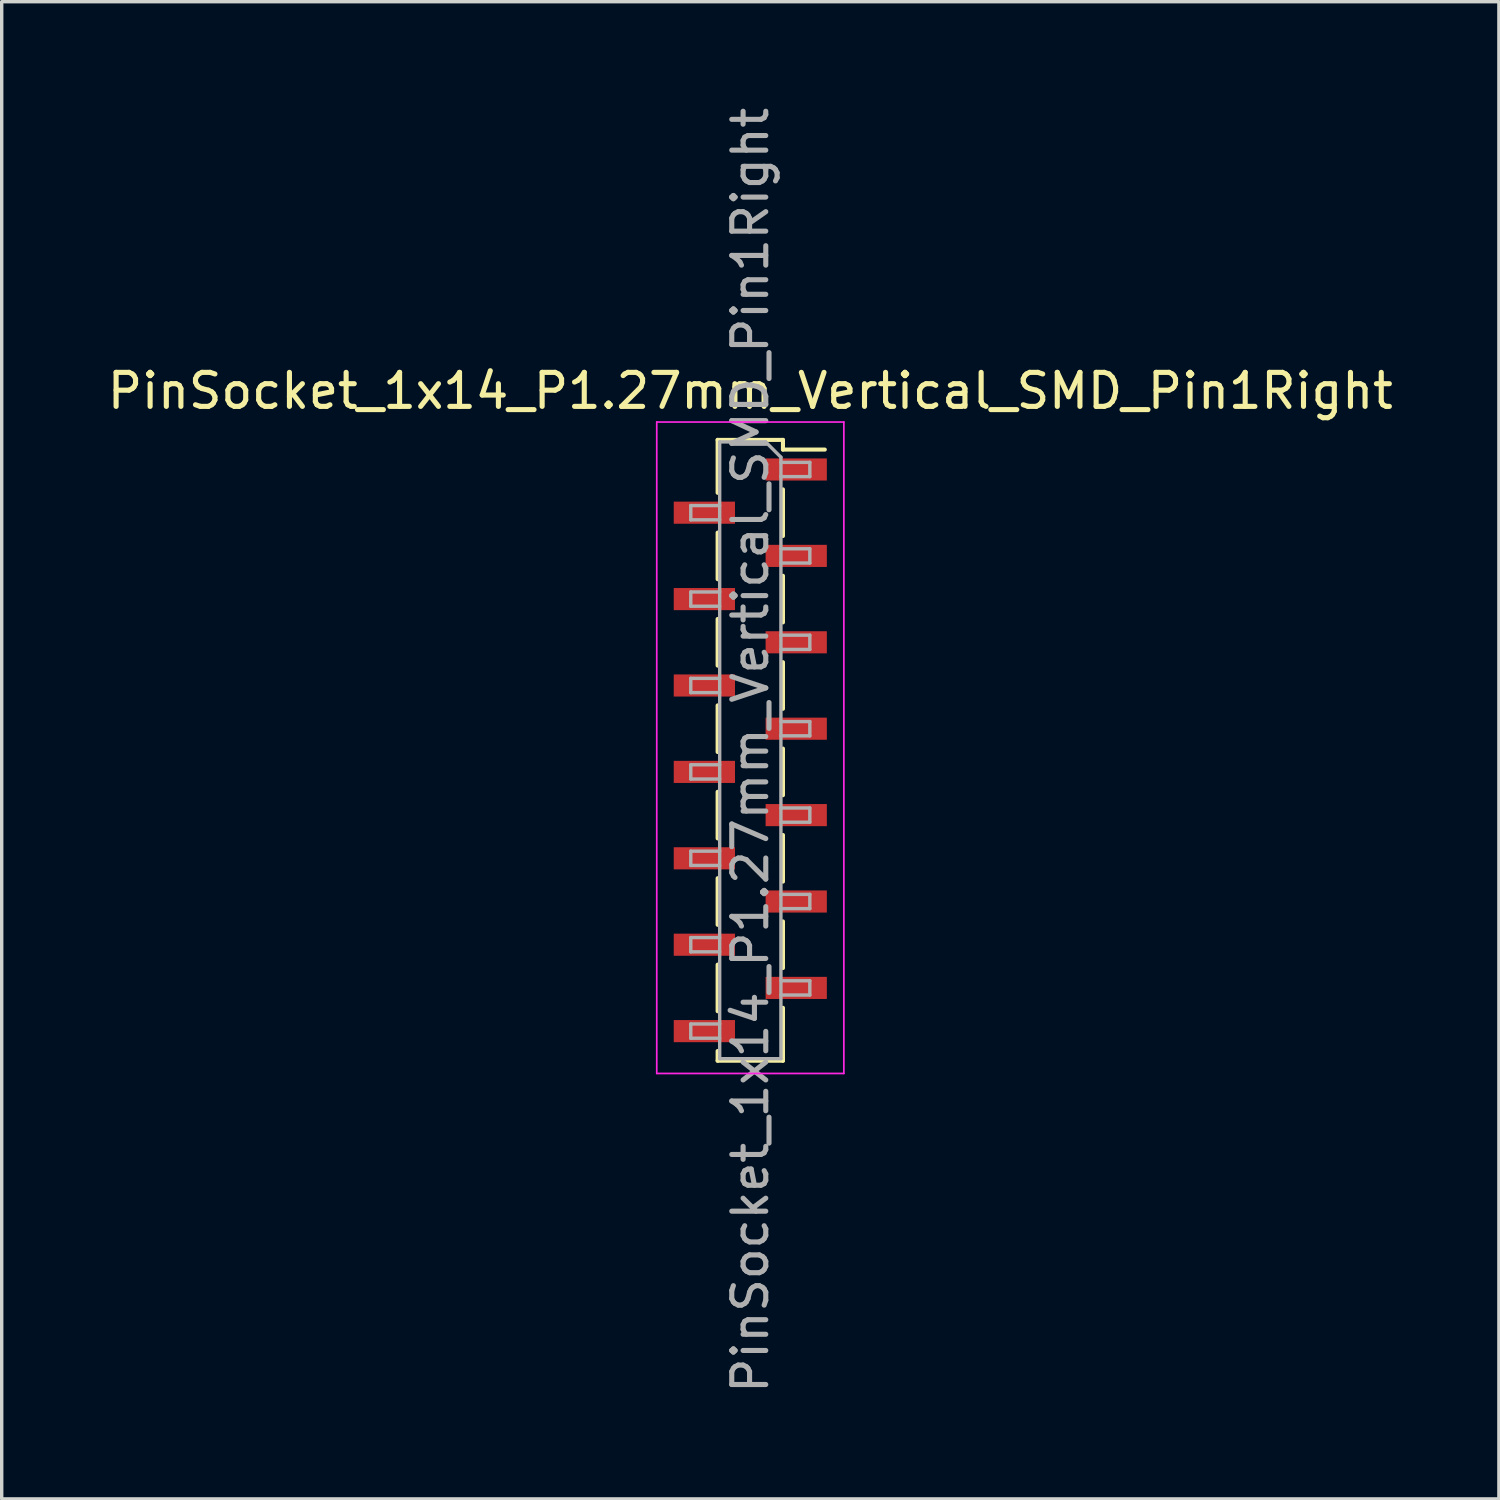
<source format=kicad_pcb>
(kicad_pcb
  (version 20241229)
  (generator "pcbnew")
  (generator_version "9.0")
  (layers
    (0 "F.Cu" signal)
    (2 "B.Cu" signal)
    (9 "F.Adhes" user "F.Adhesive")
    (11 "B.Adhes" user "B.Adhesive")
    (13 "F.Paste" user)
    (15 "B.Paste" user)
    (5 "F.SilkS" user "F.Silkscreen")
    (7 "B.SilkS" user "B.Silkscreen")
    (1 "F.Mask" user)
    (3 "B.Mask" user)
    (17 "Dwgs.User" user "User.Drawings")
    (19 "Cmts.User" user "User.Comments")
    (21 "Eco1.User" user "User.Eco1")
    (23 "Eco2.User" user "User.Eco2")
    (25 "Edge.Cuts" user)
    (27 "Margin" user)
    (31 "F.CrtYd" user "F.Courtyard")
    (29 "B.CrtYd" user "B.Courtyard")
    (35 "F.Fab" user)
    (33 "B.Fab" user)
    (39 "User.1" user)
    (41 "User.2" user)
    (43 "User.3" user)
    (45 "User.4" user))
  (footprint "PinSocket_1x14_P1.27mm_Vertical_SMD_Pin1Right"
    (layer "F.Cu")
    (at 19.006 19.006)
    (property "Reference" "PinSocket_1x14_P1.27mm_Vertical_SMD_Pin1Right" (at 0 -10.565 0) (layer "F.SilkS") (effects (font (size 1 1) (thickness 0.15))))
    (attr smd)
    (fp_line (start -0.96 -9.125) (end -0.96 -7.57) (stroke (width 0.12) (type solid)) (layer "F.SilkS"))
    (fp_line (start -0.96 -9.125) (end 0.96 -9.125) (stroke (width 0.12) (type solid)) (layer "F.SilkS"))
    (fp_line (start -0.96 -6.4) (end -0.96 -5.03) (stroke (width 0.12) (type solid)) (layer "F.SilkS"))
    (fp_line (start -0.96 -3.86) (end -0.96 -2.49) (stroke (width 0.12) (type solid)) (layer "F.SilkS"))
    (fp_line (start -0.96 -1.32) (end -0.96 0.05) (stroke (width 0.12) (type solid)) (layer "F.SilkS"))
    (fp_line (start -0.96 1.22) (end -0.96 2.59) (stroke (width 0.12) (type solid)) (layer "F.SilkS"))
    (fp_line (start -0.96 3.76) (end -0.96 5.13) (stroke (width 0.12) (type solid)) (layer "F.SilkS"))
    (fp_line (start -0.96 6.3) (end -0.96 7.67) (stroke (width 0.12) (type solid)) (layer "F.SilkS"))
    (fp_line (start -0.96 8.84) (end -0.96 9.125) (stroke (width 0.12) (type solid)) (layer "F.SilkS"))
    (fp_line (start -0.96 9.125) (end 0.96 9.125) (stroke (width 0.12) (type solid)) (layer "F.SilkS"))
    (fp_line (start 0.96 -9.125) (end 0.96 -8.84) (stroke (width 0.12) (type solid)) (layer "F.SilkS"))
    (fp_line (start 0.96 -8.84) (end 2.19 -8.84) (stroke (width 0.12) (type solid)) (layer "F.SilkS"))
    (fp_line (start 0.96 -7.67) (end 0.96 -6.3) (stroke (width 0.12) (type solid)) (layer "F.SilkS"))
    (fp_line (start 0.96 -5.13) (end 0.96 -3.76) (stroke (width 0.12) (type solid)) (layer "F.SilkS"))
    (fp_line (start 0.96 -2.59) (end 0.96 -1.22) (stroke (width 0.12) (type solid)) (layer "F.SilkS"))
    (fp_line (start 0.96 -0.05) (end 0.96 1.32) (stroke (width 0.12) (type solid)) (layer "F.SilkS"))
    (fp_line (start 0.96 2.49) (end 0.96 3.86) (stroke (width 0.12) (type solid)) (layer "F.SilkS"))
    (fp_line (start 0.96 5.03) (end 0.96 6.4) (stroke (width 0.12) (type solid)) (layer "F.SilkS"))
    (fp_line (start 0.96 7.57) (end 0.96 9.125) (stroke (width 0.12) (type solid)) (layer "F.SilkS"))
    (fp_line (start -2.75 -9.65) (end 2.75 -9.65) (stroke (width 0.05) (type solid)) (layer "F.CrtYd"))
    (fp_line (start -2.75 9.5) (end -2.75 -9.65) (stroke (width 0.05) (type solid)) (layer "F.CrtYd"))
    (fp_line (start 2.75 -9.65) (end 2.75 9.5) (stroke (width 0.05) (type solid)) (layer "F.CrtYd"))
    (fp_line (start 2.75 9.5) (end -2.75 9.5) (stroke (width 0.05) (type solid)) (layer "F.CrtYd"))
    (fp_line (start -1.75 -7.195) (end -0.9 -7.195) (stroke (width 0.1) (type solid)) (layer "F.Fab"))
    (fp_line (start -1.75 -6.775) (end -1.75 -7.195) (stroke (width 0.1) (type solid)) (layer "F.Fab"))
    (fp_line (start -1.75 -4.655) (end -0.9 -4.655) (stroke (width 0.1) (type solid)) (layer "F.Fab"))
    (fp_line (start -1.75 -4.235) (end -1.75 -4.655) (stroke (width 0.1) (type solid)) (layer "F.Fab"))
    (fp_line (start -1.75 -2.115) (end -0.9 -2.115) (stroke (width 0.1) (type solid)) (layer "F.Fab"))
    (fp_line (start -1.75 -1.695) (end -1.75 -2.115) (stroke (width 0.1) (type solid)) (layer "F.Fab"))
    (fp_line (start -1.75 0.425) (end -0.9 0.425) (stroke (width 0.1) (type solid)) (layer "F.Fab"))
    (fp_line (start -1.75 0.845) (end -1.75 0.425) (stroke (width 0.1) (type solid)) (layer "F.Fab"))
    (fp_line (start -1.75 2.965) (end -0.9 2.965) (stroke (width 0.1) (type solid)) (layer "F.Fab"))
    (fp_line (start -1.75 3.385) (end -1.75 2.965) (stroke (width 0.1) (type solid)) (layer "F.Fab"))
    (fp_line (start -1.75 5.505) (end -0.9 5.505) (stroke (width 0.1) (type solid)) (layer "F.Fab"))
    (fp_line (start -1.75 5.925) (end -1.75 5.505) (stroke (width 0.1) (type solid)) (layer "F.Fab"))
    (fp_line (start -1.75 8.045) (end -0.9 8.045) (stroke (width 0.1) (type solid)) (layer "F.Fab"))
    (fp_line (start -1.75 8.465) (end -1.75 8.045) (stroke (width 0.1) (type solid)) (layer "F.Fab"))
    (fp_line (start -0.9 -9.065) (end 0.45 -9.065) (stroke (width 0.1) (type solid)) (layer "F.Fab"))
    (fp_line (start -0.9 -6.775) (end -1.75 -6.775) (stroke (width 0.1) (type solid)) (layer "F.Fab"))
    (fp_line (start -0.9 -4.235) (end -1.75 -4.235) (stroke (width 0.1) (type solid)) (layer "F.Fab"))
    (fp_line (start -0.9 -1.695) (end -1.75 -1.695) (stroke (width 0.1) (type solid)) (layer "F.Fab"))
    (fp_line (start -0.9 0.845) (end -1.75 0.845) (stroke (width 0.1) (type solid)) (layer "F.Fab"))
    (fp_line (start -0.9 3.385) (end -1.75 3.385) (stroke (width 0.1) (type solid)) (layer "F.Fab"))
    (fp_line (start -0.9 5.925) (end -1.75 5.925) (stroke (width 0.1) (type solid)) (layer "F.Fab"))
    (fp_line (start -0.9 8.465) (end -1.75 8.465) (stroke (width 0.1) (type solid)) (layer "F.Fab"))
    (fp_line (start -0.9 9.065) (end -0.9 -9.065) (stroke (width 0.1) (type solid)) (layer "F.Fab"))
    (fp_line (start 0.45 -9.065) (end 0.9 -8.615) (stroke (width 0.1) (type solid)) (layer "F.Fab"))
    (fp_line (start 0.9 -8.615) (end 0.9 9.065) (stroke (width 0.1) (type solid)) (layer "F.Fab"))
    (fp_line (start 0.9 -8.465) (end 1.75 -8.465) (stroke (width 0.1) (type solid)) (layer "F.Fab"))
    (fp_line (start 0.9 -5.925) (end 1.75 -5.925) (stroke (width 0.1) (type solid)) (layer "F.Fab"))
    (fp_line (start 0.9 -3.385) (end 1.75 -3.385) (stroke (width 0.1) (type solid)) (layer "F.Fab"))
    (fp_line (start 0.9 -0.845) (end 1.75 -0.845) (stroke (width 0.1) (type solid)) (layer "F.Fab"))
    (fp_line (start 0.9 1.695) (end 1.75 1.695) (stroke (width 0.1) (type solid)) (layer "F.Fab"))
    (fp_line (start 0.9 4.235) (end 1.75 4.235) (stroke (width 0.1) (type solid)) (layer "F.Fab"))
    (fp_line (start 0.9 6.775) (end 1.75 6.775) (stroke (width 0.1) (type solid)) (layer "F.Fab"))
    (fp_line (start 0.9 9.065) (end -0.9 9.065) (stroke (width 0.1) (type solid)) (layer "F.Fab"))
    (fp_line (start 1.75 -8.465) (end 1.75 -8.045) (stroke (width 0.1) (type solid)) (layer "F.Fab"))
    (fp_line (start 1.75 -8.045) (end 0.9 -8.045) (stroke (width 0.1) (type solid)) (layer "F.Fab"))
    (fp_line (start 1.75 -5.925) (end 1.75 -5.505) (stroke (width 0.1) (type solid)) (layer "F.Fab"))
    (fp_line (start 1.75 -5.505) (end 0.9 -5.505) (stroke (width 0.1) (type solid)) (layer "F.Fab"))
    (fp_line (start 1.75 -3.385) (end 1.75 -2.965) (stroke (width 0.1) (type solid)) (layer "F.Fab"))
    (fp_line (start 1.75 -2.965) (end 0.9 -2.965) (stroke (width 0.1) (type solid)) (layer "F.Fab"))
    (fp_line (start 1.75 -0.845) (end 1.75 -0.425) (stroke (width 0.1) (type solid)) (layer "F.Fab"))
    (fp_line (start 1.75 -0.425) (end 0.9 -0.425) (stroke (width 0.1) (type solid)) (layer "F.Fab"))
    (fp_line (start 1.75 1.695) (end 1.75 2.115) (stroke (width 0.1) (type solid)) (layer "F.Fab"))
    (fp_line (start 1.75 2.115) (end 0.9 2.115) (stroke (width 0.1) (type solid)) (layer "F.Fab"))
    (fp_line (start 1.75 4.235) (end 1.75 4.655) (stroke (width 0.1) (type solid)) (layer "F.Fab"))
    (fp_line (start 1.75 4.655) (end 0.9 4.655) (stroke (width 0.1) (type solid)) (layer "F.Fab"))
    (fp_line (start 1.75 6.775) (end 1.75 7.195) (stroke (width 0.1) (type solid)) (layer "F.Fab"))
    (fp_line (start 1.75 7.195) (end 0.9 7.195) (stroke (width 0.1) (type solid)) (layer "F.Fab"))
    (fp_text user "${REFERENCE}" (at 0 0 90) (layer "F.Fab") (effects (font (size 1 1) (thickness 0.15))))
    (pad "1" smd rect (at 1.35 -8.255) (size 1.8 0.65) (layers "F.Cu" "F.Mask" "F.Paste"))
    (pad "2" smd rect (at -1.35 -6.985) (size 1.8 0.65) (layers "F.Cu" "F.Mask" "F.Paste"))
    (pad "3" smd rect (at 1.35 -5.715) (size 1.8 0.65) (layers "F.Cu" "F.Mask" "F.Paste"))
    (pad "4" smd rect (at -1.35 -4.445) (size 1.8 0.65) (layers "F.Cu" "F.Mask" "F.Paste"))
    (pad "5" smd rect (at 1.35 -3.175) (size 1.8 0.65) (layers "F.Cu" "F.Mask" "F.Paste"))
    (pad "6" smd rect (at -1.35 -1.905) (size 1.8 0.65) (layers "F.Cu" "F.Mask" "F.Paste"))
    (pad "7" smd rect (at 1.35 -0.635) (size 1.8 0.65) (layers "F.Cu" "F.Mask" "F.Paste"))
    (pad "8" smd rect (at -1.35 0.635) (size 1.8 0.65) (layers "F.Cu" "F.Mask" "F.Paste"))
    (pad "9" smd rect (at 1.35 1.905) (size 1.8 0.65) (layers "F.Cu" "F.Mask" "F.Paste"))
    (pad "10" smd rect (at -1.35 3.175) (size 1.8 0.65) (layers "F.Cu" "F.Mask" "F.Paste"))
    (pad "11" smd rect (at 1.35 4.445) (size 1.8 0.65) (layers "F.Cu" "F.Mask" "F.Paste"))
    (pad "12" smd rect (at -1.35 5.715) (size 1.8 0.65) (layers "F.Cu" "F.Mask" "F.Paste"))
    (pad "13" smd rect (at 1.35 6.985) (size 1.8 0.65) (layers "F.Cu" "F.Mask" "F.Paste"))
    (pad "14" smd rect (at -1.35 8.255) (size 1.8 0.65) (layers "F.Cu" "F.Mask" "F.Paste")))
  (gr_rect
    (start -3 -3)
    (end 41.012 41.012)
    (stroke (width 0.1) (type default))
    (fill no)
    (layer "Edge.Cuts")))
</source>
